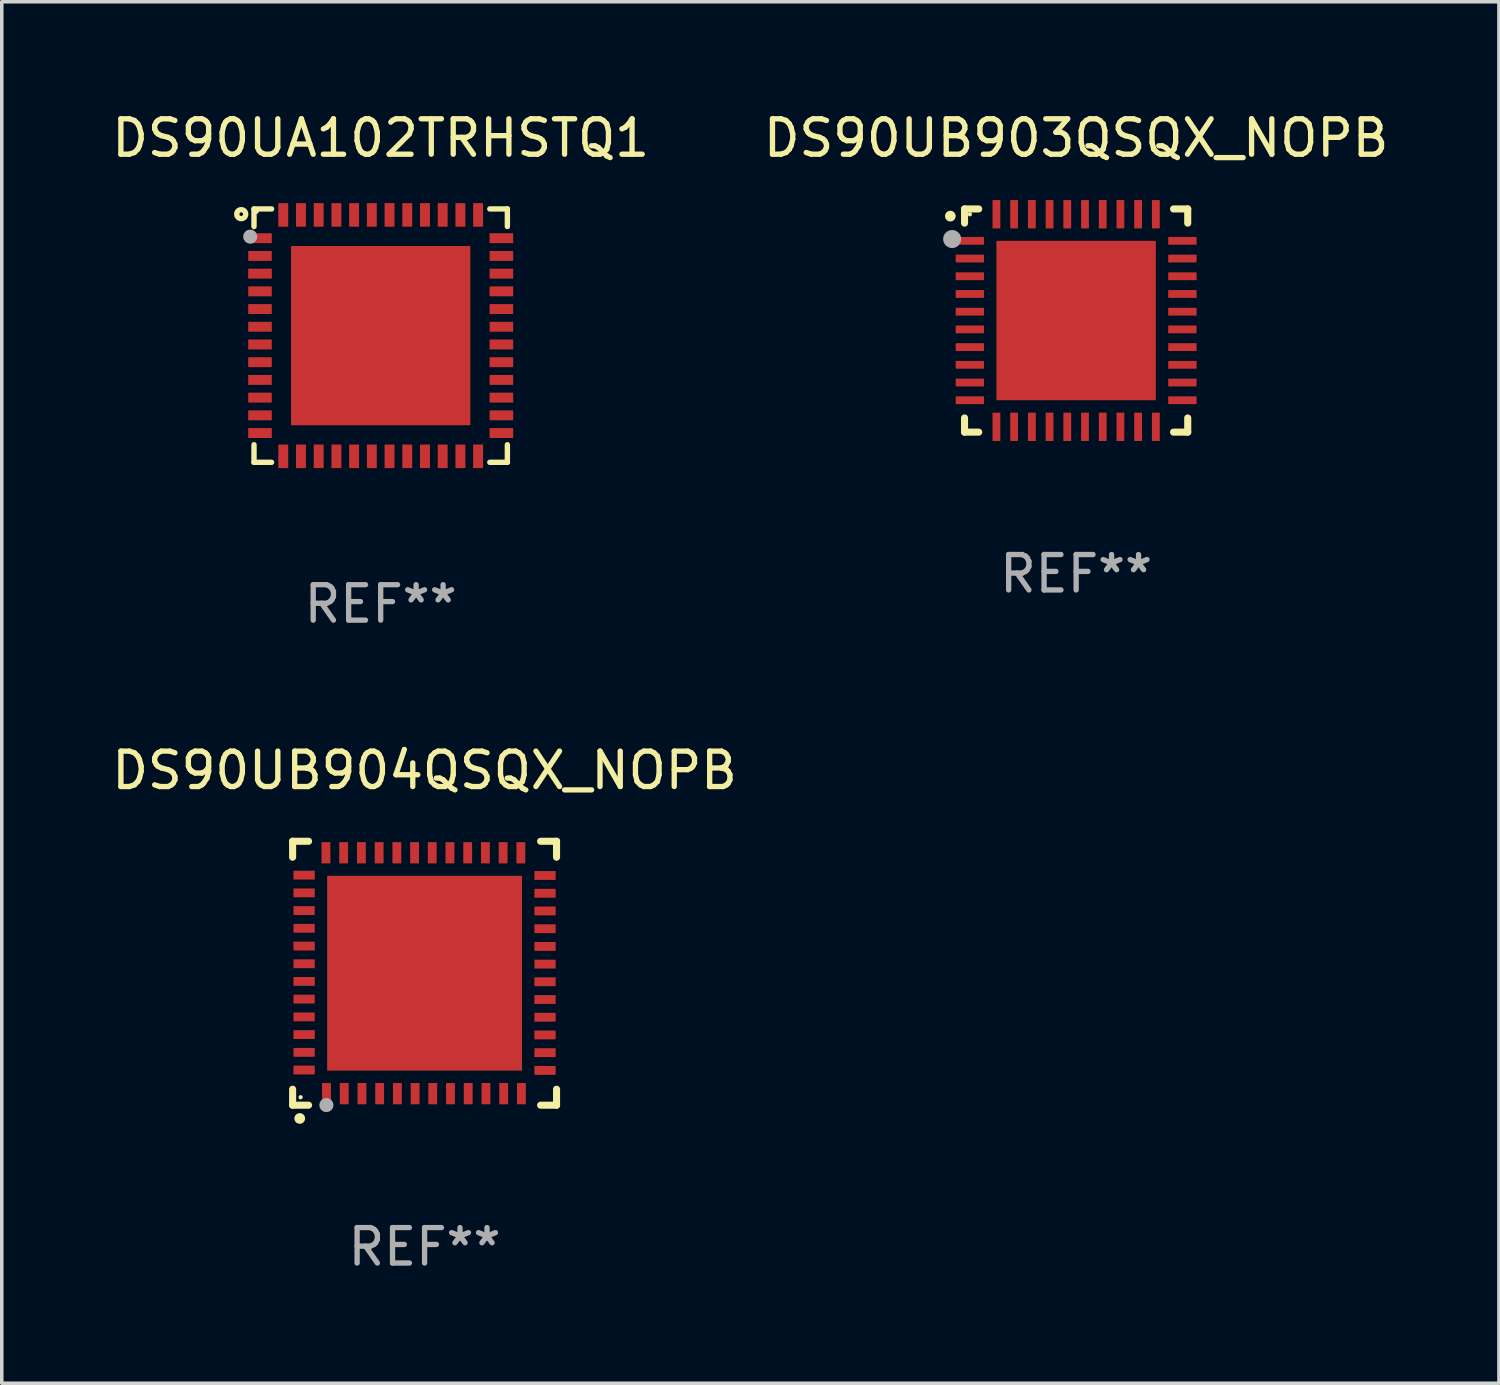
<source format=kicad_pcb>
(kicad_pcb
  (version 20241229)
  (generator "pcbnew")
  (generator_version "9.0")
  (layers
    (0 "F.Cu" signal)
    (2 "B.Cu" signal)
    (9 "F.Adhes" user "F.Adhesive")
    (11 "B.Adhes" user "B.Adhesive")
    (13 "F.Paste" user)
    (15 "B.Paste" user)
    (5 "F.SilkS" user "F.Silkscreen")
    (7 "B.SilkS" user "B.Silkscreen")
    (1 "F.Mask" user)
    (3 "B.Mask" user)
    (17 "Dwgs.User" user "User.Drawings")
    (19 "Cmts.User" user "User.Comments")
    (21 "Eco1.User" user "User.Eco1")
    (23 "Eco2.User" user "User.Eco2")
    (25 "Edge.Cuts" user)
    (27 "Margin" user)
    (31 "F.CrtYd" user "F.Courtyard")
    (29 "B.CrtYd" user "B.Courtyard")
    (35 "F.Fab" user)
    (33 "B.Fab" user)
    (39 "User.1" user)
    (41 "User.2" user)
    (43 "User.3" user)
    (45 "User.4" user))
  (footprint "DS90UB904QSQX_NOPB"
    (layer "F.Cu")
    (at 8.935 24.422)
    (property "Reference" "DS90UB904QSQX_NOPB" (at 0 -5.725 0) (layer "F.SilkS") (effects (font (size 1 1) (thickness 0.15))))
    (attr through_hole)
    (fp_line (start -3.725 -3.725) (end -3.275 -3.725) (stroke (width 0.2) (type solid)) (layer "F.SilkS"))
    (fp_line (start -3.725 -3.275) (end -3.725 -3.725) (stroke (width 0.2) (type solid)) (layer "F.SilkS"))
    (fp_line (start -3.725 3.725) (end -3.725 3.275) (stroke (width 0.2) (type solid)) (layer "F.SilkS"))
    (fp_line (start -3.275 3.725) (end -3.725 3.725) (stroke (width 0.2) (type solid)) (layer "F.SilkS"))
    (fp_line (start 3.275 3.725) (end 3.725 3.725) (stroke (width 0.2) (type solid)) (layer "F.SilkS"))
    (fp_line (start 3.725 -3.725) (end 3.275 -3.725) (stroke (width 0.2) (type solid)) (layer "F.SilkS"))
    (fp_line (start 3.725 -3.275) (end 3.725 -3.725) (stroke (width 0.2) (type solid)) (layer "F.SilkS"))
    (fp_line (start 3.725 3.725) (end 3.725 3.275) (stroke (width 0.2) (type solid)) (layer "F.SilkS"))
    (fp_arc (start -3.525527 4.099568) (mid -3.524257 4.099563) (end -3.522987 4.099568) (stroke (width 0.3) (type solid)) (layer "F.SilkS"))
    (fp_circle (center -3.5 3.501) (end -3.47 3.501) (stroke (width 0.06) (type solid)) (fill no) (layer "F.SilkS"))
    (fp_circle (center -2.772 3.722) (end -2.672 3.722) (stroke (width 0.2) (type solid)) (fill no) (layer "F.Fab"))
    (fp_text user "REF**" (at 0 7.725 0) (layer "F.Fab") (effects (font (size 1 1) (thickness 0.15))))
    (pad "1" smd rect (at -2.769 3.4 180) (size 0.25 0.6) (layers "F.Cu" "F.Mask" "F.Paste"))
    (pad "2" smd rect (at -2.268 3.4 180) (size 0.25 0.6) (layers "F.Cu" "F.Mask" "F.Paste"))
    (pad "3" smd rect (at -1.768 3.4 180) (size 0.25 0.6) (layers "F.Cu" "F.Mask" "F.Paste"))
    (pad "4" smd rect (at -1.268 3.4 180) (size 0.25 0.6) (layers "F.Cu" "F.Mask" "F.Paste"))
    (pad "5" smd rect (at -0.767 3.4 180) (size 0.25 0.6) (layers "F.Cu" "F.Mask" "F.Paste"))
    (pad "6" smd rect (at -0.267 3.4 180) (size 0.25 0.6) (layers "F.Cu" "F.Mask" "F.Paste"))
    (pad "7" smd rect (at 0.231 3.4 180) (size 0.25 0.6) (layers "F.Cu" "F.Mask" "F.Paste"))
    (pad "8" smd rect (at 0.731 3.4 180) (size 0.25 0.6) (layers "F.Cu" "F.Mask" "F.Paste"))
    (pad "9" smd rect (at 1.232 3.4 180) (size 0.25 0.6) (layers "F.Cu" "F.Mask" "F.Paste"))
    (pad "10" smd rect (at 1.732 3.4 180) (size 0.25 0.6) (layers "F.Cu" "F.Mask" "F.Paste"))
    (pad "11" smd rect (at 2.233 3.4 180) (size 0.25 0.6) (layers "F.Cu" "F.Mask" "F.Paste"))
    (pad "12" smd rect (at 2.733 3.4 180) (size 0.25 0.6) (layers "F.Cu" "F.Mask" "F.Paste"))
    (pad "13" smd rect (at 3.4 2.743 90) (size 0.25 0.6) (layers "F.Cu" "F.Mask" "F.Paste"))
    (pad "14" smd rect (at 3.4 2.243 90) (size 0.25 0.6) (layers "F.Cu" "F.Mask" "F.Paste"))
    (pad "15" smd rect (at 3.4 1.742 90) (size 0.25 0.6) (layers "F.Cu" "F.Mask" "F.Paste"))
    (pad "16" smd rect (at 3.4 1.242 90) (size 0.25 0.6) (layers "F.Cu" "F.Mask" "F.Paste"))
    (pad "17" smd rect (at 3.4 0.742 90) (size 0.25 0.6) (layers "F.Cu" "F.Mask" "F.Paste"))
    (pad "18" smd rect (at 3.4 0.241 90) (size 0.25 0.6) (layers "F.Cu" "F.Mask" "F.Paste"))
    (pad "19" smd rect (at 3.4 -0.257 90) (size 0.25 0.6) (layers "F.Cu" "F.Mask" "F.Paste"))
    (pad "20" smd rect (at 3.4 -0.757 90) (size 0.25 0.6) (layers "F.Cu" "F.Mask" "F.Paste"))
    (pad "21" smd rect (at 3.4 -1.257 90) (size 0.25 0.6) (layers "F.Cu" "F.Mask" "F.Paste"))
    (pad "22" smd rect (at 3.4 -1.758 90) (size 0.25 0.6) (layers "F.Cu" "F.Mask" "F.Paste"))
    (pad "23" smd rect (at 3.4 -2.258 90) (size 0.25 0.6) (layers "F.Cu" "F.Mask" "F.Paste"))
    (pad "24" smd rect (at 3.4 -2.759 90) (size 0.25 0.6) (layers "F.Cu" "F.Mask" "F.Paste"))
    (pad "25" smd rect (at 2.718 -3.4 180) (size 0.25 0.6) (layers "F.Cu" "F.Mask" "F.Paste"))
    (pad "26" smd rect (at 2.217 -3.4 180) (size 0.25 0.6) (layers "F.Cu" "F.Mask" "F.Paste"))
    (pad "27" smd rect (at 1.717 -3.4 180) (size 0.25 0.6) (layers "F.Cu" "F.Mask" "F.Paste"))
    (pad "28" smd rect (at 1.217 -3.4 180) (size 0.25 0.6) (layers "F.Cu" "F.Mask" "F.Paste"))
    (pad "29" smd rect (at 0.716 -3.4 180) (size 0.25 0.6) (layers "F.Cu" "F.Mask" "F.Paste"))
    (pad "30" smd rect (at 0.216 -3.4 180) (size 0.25 0.6) (layers "F.Cu" "F.Mask" "F.Paste"))
    (pad "31" smd rect (at -0.282 -3.4 180) (size 0.25 0.6) (layers "F.Cu" "F.Mask" "F.Paste"))
    (pad "32" smd rect (at -0.782 -3.4 180) (size 0.25 0.6) (layers "F.Cu" "F.Mask" "F.Paste"))
    (pad "33" smd rect (at -1.283 -3.4 180) (size 0.25 0.6) (layers "F.Cu" "F.Mask" "F.Paste"))
    (pad "34" smd rect (at -1.783 -3.4 180) (size 0.25 0.6) (layers "F.Cu" "F.Mask" "F.Paste"))
    (pad "35" smd rect (at -2.284 -3.4 180) (size 0.25 0.6) (layers "F.Cu" "F.Mask" "F.Paste"))
    (pad "36" smd rect (at -2.784 -3.4 180) (size 0.25 0.6) (layers "F.Cu" "F.Mask" "F.Paste"))
    (pad "37" smd rect (at -3.4 -2.769 90) (size 0.25 0.6) (layers "F.Cu" "F.Mask" "F.Paste"))
    (pad "38" smd rect (at -3.4 -2.268 90) (size 0.25 0.6) (layers "F.Cu" "F.Mask" "F.Paste"))
    (pad "39" smd rect (at -3.4 -1.768 90) (size 0.25 0.6) (layers "F.Cu" "F.Mask" "F.Paste"))
    (pad "40" smd rect (at -3.4 -1.268 90) (size 0.25 0.6) (layers "F.Cu" "F.Mask" "F.Paste"))
    (pad "41" smd rect (at -3.4 -0.767 90) (size 0.25 0.6) (layers "F.Cu" "F.Mask" "F.Paste"))
    (pad "42" smd rect (at -3.4 -0.267 90) (size 0.25 0.6) (layers "F.Cu" "F.Mask" "F.Paste"))
    (pad "43" smd rect (at -3.4 0.231 90) (size 0.25 0.6) (layers "F.Cu" "F.Mask" "F.Paste"))
    (pad "44" smd rect (at -3.4 0.731 90) (size 0.25 0.6) (layers "F.Cu" "F.Mask" "F.Paste"))
    (pad "45" smd rect (at -3.4 1.232 90) (size 0.25 0.6) (layers "F.Cu" "F.Mask" "F.Paste"))
    (pad "46" smd rect (at -3.4 1.732 90) (size 0.25 0.6) (layers "F.Cu" "F.Mask" "F.Paste"))
    (pad "47" smd rect (at -3.4 2.233 90) (size 0.25 0.6) (layers "F.Cu" "F.Mask" "F.Paste"))
    (pad "48" smd rect (at -3.4 2.733 90) (size 0.25 0.6) (layers "F.Cu" "F.Mask" "F.Paste"))
    (pad "49" smd rect (at -0.000076 -0.000076 90) (size 5.5 5.5) (layers "F.Cu" "F.Mask" "F.Paste")))
  (footprint "DS90UB903QSQX_NOPB"
    (layer "F.Cu")
    (at 27.327 5.998)
    (property "Reference" "DS90UB903QSQX_NOPB" (at 0 -5.15 0) (layer "F.SilkS") (effects (font (size 1 1) (thickness 0.15))))
    (attr through_hole)
    (fp_line (start -3.15 -3.15) (end -2.75 -3.15) (stroke (width 0.2) (type solid)) (layer "F.SilkS"))
    (fp_line (start -3.15 -2.75) (end -3.15 -3.15) (stroke (width 0.2) (type solid)) (layer "F.SilkS"))
    (fp_line (start -3.15 3.15) (end -3.15 2.75) (stroke (width 0.2) (type solid)) (layer "F.SilkS"))
    (fp_line (start -2.75 3.15) (end -3.15 3.15) (stroke (width 0.2) (type solid)) (layer "F.SilkS"))
    (fp_line (start 2.75 -3.15) (end 3.15 -3.15) (stroke (width 0.2) (type solid)) (layer "F.SilkS"))
    (fp_line (start 2.75 3.15) (end 3.15 3.15) (stroke (width 0.2) (type solid)) (layer "F.SilkS"))
    (fp_line (start 3.15 -3.15) (end 3.15 -2.75) (stroke (width 0.2) (type solid)) (layer "F.SilkS"))
    (fp_line (start 3.15 3.15) (end 3.15 2.75) (stroke (width 0.2) (type solid)) (layer "F.SilkS"))
    (fp_arc (start -3.550927 -2.946406) (mid -3.550932 -2.947676) (end -3.550927 -2.948946) (stroke (width 0.3) (type solid)) (layer "F.SilkS"))
    (fp_circle (center -3 -3) (end -2.97 -3) (stroke (width 0.06) (type solid)) (fill no) (layer "F.SilkS"))
    (fp_circle (center -3.5 -2.3) (end -3.373 -2.3) (stroke (width 0.254) (type solid)) (fill no) (layer "F.Fab"))
    (fp_text user "REF**" (at 0 7.15 0) (layer "F.Fab") (effects (font (size 1 1) (thickness 0.15))))
    (pad "1" smd rect (at -3 -2.25) (size 0.8 0.22) (layers "F.Cu" "F.Mask" "F.Paste"))
    (pad "2" smd rect (at -3 -1.75) (size 0.8 0.22) (layers "F.Cu" "F.Mask" "F.Paste"))
    (pad "3" smd rect (at -3 -1.25) (size 0.8 0.22) (layers "F.Cu" "F.Mask" "F.Paste"))
    (pad "4" smd rect (at -3 -0.75) (size 0.8 0.22) (layers "F.Cu" "F.Mask" "F.Paste"))
    (pad "5" smd rect (at -3 -0.25) (size 0.8 0.22) (layers "F.Cu" "F.Mask" "F.Paste"))
    (pad "6" smd rect (at -3 0.25) (size 0.8 0.22) (layers "F.Cu" "F.Mask" "F.Paste"))
    (pad "7" smd rect (at -3 0.75) (size 0.8 0.22) (layers "F.Cu" "F.Mask" "F.Paste"))
    (pad "8" smd rect (at -3 1.25) (size 0.8 0.22) (layers "F.Cu" "F.Mask" "F.Paste"))
    (pad "9" smd rect (at -3 1.75) (size 0.8 0.22) (layers "F.Cu" "F.Mask" "F.Paste"))
    (pad "10" smd rect (at -3 2.25) (size 0.8 0.22) (layers "F.Cu" "F.Mask" "F.Paste"))
    (pad "11" smd rect (at -2.25 3) (size 0.22 0.8) (layers "F.Cu" "F.Mask" "F.Paste"))
    (pad "12" smd rect (at -1.75 3) (size 0.22 0.8) (layers "F.Cu" "F.Mask" "F.Paste"))
    (pad "13" smd rect (at -1.25 3) (size 0.22 0.8) (layers "F.Cu" "F.Mask" "F.Paste"))
    (pad "14" smd rect (at -0.75 3) (size 0.22 0.8) (layers "F.Cu" "F.Mask" "F.Paste"))
    (pad "15" smd rect (at -0.25 3) (size 0.22 0.8) (layers "F.Cu" "F.Mask" "F.Paste"))
    (pad "16" smd rect (at 0.25 3) (size 0.22 0.8) (layers "F.Cu" "F.Mask" "F.Paste"))
    (pad "17" smd rect (at 0.75 3) (size 0.22 0.8) (layers "F.Cu" "F.Mask" "F.Paste"))
    (pad "18" smd rect (at 1.25 3) (size 0.22 0.8) (layers "F.Cu" "F.Mask" "F.Paste"))
    (pad "19" smd rect (at 1.75 3) (size 0.22 0.8) (layers "F.Cu" "F.Mask" "F.Paste"))
    (pad "20" smd rect (at 2.25 3) (size 0.22 0.8) (layers "F.Cu" "F.Mask" "F.Paste"))
    (pad "21" smd rect (at 3 2.25) (size 0.8 0.22) (layers "F.Cu" "F.Mask" "F.Paste"))
    (pad "22" smd rect (at 3 1.75) (size 0.8 0.22) (layers "F.Cu" "F.Mask" "F.Paste"))
    (pad "23" smd rect (at 3 1.25) (size 0.8 0.22) (layers "F.Cu" "F.Mask" "F.Paste"))
    (pad "24" smd rect (at 3 0.75) (size 0.8 0.22) (layers "F.Cu" "F.Mask" "F.Paste"))
    (pad "25" smd rect (at 3 0.25) (size 0.8 0.22) (layers "F.Cu" "F.Mask" "F.Paste"))
    (pad "26" smd rect (at 3 -0.25) (size 0.8 0.22) (layers "F.Cu" "F.Mask" "F.Paste"))
    (pad "27" smd rect (at 3 -0.75) (size 0.8 0.22) (layers "F.Cu" "F.Mask" "F.Paste"))
    (pad "28" smd rect (at 3 -1.25) (size 0.8 0.22) (layers "F.Cu" "F.Mask" "F.Paste"))
    (pad "29" smd rect (at 3 -1.75) (size 0.8 0.22) (layers "F.Cu" "F.Mask" "F.Paste"))
    (pad "30" smd rect (at 3 -2.25) (size 0.8 0.22) (layers "F.Cu" "F.Mask" "F.Paste"))
    (pad "31" smd rect (at 2.25 -3) (size 0.22 0.8) (layers "F.Cu" "F.Mask" "F.Paste"))
    (pad "32" smd rect (at 1.75 -3) (size 0.22 0.8) (layers "F.Cu" "F.Mask" "F.Paste"))
    (pad "33" smd rect (at 1.25 -3) (size 0.22 0.8) (layers "F.Cu" "F.Mask" "F.Paste"))
    (pad "34" smd rect (at 0.75 -3) (size 0.22 0.8) (layers "F.Cu" "F.Mask" "F.Paste"))
    (pad "35" smd rect (at 0.25 -3) (size 0.22 0.8) (layers "F.Cu" "F.Mask" "F.Paste"))
    (pad "36" smd rect (at -0.25 -3) (size 0.22 0.8) (layers "F.Cu" "F.Mask" "F.Paste"))
    (pad "37" smd rect (at -0.75 -3) (size 0.22 0.8) (layers "F.Cu" "F.Mask" "F.Paste"))
    (pad "38" smd rect (at -1.25 -3) (size 0.22 0.8) (layers "F.Cu" "F.Mask" "F.Paste"))
    (pad "39" smd rect (at -1.75 -3) (size 0.22 0.8) (layers "F.Cu" "F.Mask" "F.Paste"))
    (pad "40" smd rect (at -2.25 -3) (size 0.22 0.8) (layers "F.Cu" "F.Mask" "F.Paste"))
    (pad "41" smd rect (at -0.000102 0) (size 4.5 4.5) (layers "F.Cu" "F.Mask" "F.Paste")))
  (footprint "DS90UA102TRHSTQ1"
    (layer "F.Cu")
    (at 7.696 6.424)
    (property "Reference" "DS90UA102TRHSTQ1" (at 0 -5.576 0) (layer "F.SilkS") (effects (font (size 1 1) (thickness 0.15))))
    (attr through_hole)
    (fp_line (start -3.576 -3.576) (end -3.576 -3.08) (stroke (width 0.152) (type solid)) (layer "F.SilkS"))
    (fp_line (start -3.576 3.576) (end -3.576 3.08) (stroke (width 0.152) (type solid)) (layer "F.SilkS"))
    (fp_line (start -3.08 -3.576) (end -3.576 -3.576) (stroke (width 0.152) (type solid)) (layer "F.SilkS"))
    (fp_line (start -3.08 3.576) (end -3.576 3.576) (stroke (width 0.152) (type solid)) (layer "F.SilkS"))
    (fp_line (start 3.08 -3.576) (end 3.576 -3.576) (stroke (width 0.152) (type solid)) (layer "F.SilkS"))
    (fp_line (start 3.08 3.576) (end 3.576 3.576) (stroke (width 0.152) (type solid)) (layer "F.SilkS"))
    (fp_line (start 3.576 -3.576) (end 3.576 -3.08) (stroke (width 0.152) (type solid)) (layer "F.SilkS"))
    (fp_line (start 3.576 3.576) (end 3.576 3.08) (stroke (width 0.152) (type solid)) (layer "F.SilkS"))
    (fp_circle (center -3.937 -3.429) (end -3.81 -3.429) (stroke (width 0.15) (type solid)) (fill no) (layer "F.SilkS"))
    (fp_circle (center -3.5 -3.5) (end -3.47 -3.5) (stroke (width 0.06) (type solid)) (fill no) (layer "F.SilkS"))
    (fp_circle (center -3.683 -2.794) (end -3.583 -2.794) (stroke (width 0.2) (type solid)) (fill no) (layer "F.Fab"))
    (fp_text user "REF**" (at 0 7.576 0) (layer "F.Fab") (effects (font (size 1 1) (thickness 0.15))))
    (pad "1" smd rect (at -3.407 -2.75) (size 0.665 0.28) (layers "F.Cu" "F.Mask" "F.Paste"))
    (pad "2" smd rect (at -3.407 -2.25) (size 0.665 0.28) (layers "F.Cu" "F.Mask" "F.Paste"))
    (pad "3" smd rect (at -3.407 -1.75) (size 0.665 0.28) (layers "F.Cu" "F.Mask" "F.Paste"))
    (pad "4" smd rect (at -3.407 -1.25) (size 0.665 0.28) (layers "F.Cu" "F.Mask" "F.Paste"))
    (pad "5" smd rect (at -3.407 -0.75) (size 0.665 0.28) (layers "F.Cu" "F.Mask" "F.Paste"))
    (pad "6" smd rect (at -3.407 -0.25) (size 0.665 0.28) (layers "F.Cu" "F.Mask" "F.Paste"))
    (pad "7" smd rect (at -3.407 0.25) (size 0.665 0.28) (layers "F.Cu" "F.Mask" "F.Paste"))
    (pad "8" smd rect (at -3.407 0.75) (size 0.665 0.28) (layers "F.Cu" "F.Mask" "F.Paste"))
    (pad "9" smd rect (at -3.407 1.25) (size 0.665 0.28) (layers "F.Cu" "F.Mask" "F.Paste"))
    (pad "10" smd rect (at -3.407 1.75) (size 0.665 0.28) (layers "F.Cu" "F.Mask" "F.Paste"))
    (pad "11" smd rect (at -3.407 2.25) (size 0.665 0.28) (layers "F.Cu" "F.Mask" "F.Paste"))
    (pad "12" smd rect (at -3.407 2.75) (size 0.665 0.28) (layers "F.Cu" "F.Mask" "F.Paste"))
    (pad "13" smd rect (at -2.75 3.407) (size 0.28 0.665) (layers "F.Cu" "F.Mask" "F.Paste"))
    (pad "14" smd rect (at -2.25 3.407) (size 0.28 0.665) (layers "F.Cu" "F.Mask" "F.Paste"))
    (pad "15" smd rect (at -1.75 3.407) (size 0.28 0.665) (layers "F.Cu" "F.Mask" "F.Paste"))
    (pad "16" smd rect (at -1.25 3.407) (size 0.28 0.665) (layers "F.Cu" "F.Mask" "F.Paste"))
    (pad "17" smd rect (at -0.75 3.407) (size 0.28 0.665) (layers "F.Cu" "F.Mask" "F.Paste"))
    (pad "18" smd rect (at -0.25 3.407) (size 0.28 0.665) (layers "F.Cu" "F.Mask" "F.Paste"))
    (pad "19" smd rect (at 0.25 3.407) (size 0.28 0.665) (layers "F.Cu" "F.Mask" "F.Paste"))
    (pad "20" smd rect (at 0.75 3.407) (size 0.28 0.665) (layers "F.Cu" "F.Mask" "F.Paste"))
    (pad "21" smd rect (at 1.25 3.407) (size 0.28 0.665) (layers "F.Cu" "F.Mask" "F.Paste"))
    (pad "22" smd rect (at 1.75 3.407) (size 0.28 0.665) (layers "F.Cu" "F.Mask" "F.Paste"))
    (pad "23" smd rect (at 2.25 3.407) (size 0.28 0.665) (layers "F.Cu" "F.Mask" "F.Paste"))
    (pad "24" smd rect (at 2.75 3.407) (size 0.28 0.665) (layers "F.Cu" "F.Mask" "F.Paste"))
    (pad "25" smd rect (at 3.407 2.75) (size 0.665 0.28) (layers "F.Cu" "F.Mask" "F.Paste"))
    (pad "26" smd rect (at 3.407 2.25) (size 0.665 0.28) (layers "F.Cu" "F.Mask" "F.Paste"))
    (pad "27" smd rect (at 3.407 1.75) (size 0.665 0.28) (layers "F.Cu" "F.Mask" "F.Paste"))
    (pad "28" smd rect (at 3.407 1.25) (size 0.665 0.28) (layers "F.Cu" "F.Mask" "F.Paste"))
    (pad "29" smd rect (at 3.407 0.75) (size 0.665 0.28) (layers "F.Cu" "F.Mask" "F.Paste"))
    (pad "30" smd rect (at 3.407 0.25) (size 0.665 0.28) (layers "F.Cu" "F.Mask" "F.Paste"))
    (pad "31" smd rect (at 3.407 -0.25) (size 0.665 0.28) (layers "F.Cu" "F.Mask" "F.Paste"))
    (pad "32" smd rect (at 3.407 -0.75) (size 0.665 0.28) (layers "F.Cu" "F.Mask" "F.Paste"))
    (pad "33" smd rect (at 3.407 -1.25) (size 0.665 0.28) (layers "F.Cu" "F.Mask" "F.Paste"))
    (pad "34" smd rect (at 3.407 -1.75) (size 0.665 0.28) (layers "F.Cu" "F.Mask" "F.Paste"))
    (pad "35" smd rect (at 3.407 -2.25) (size 0.665 0.28) (layers "F.Cu" "F.Mask" "F.Paste"))
    (pad "36" smd rect (at 3.407 -2.75) (size 0.665 0.28) (layers "F.Cu" "F.Mask" "F.Paste"))
    (pad "37" smd rect (at 2.75 -3.407) (size 0.28 0.665) (layers "F.Cu" "F.Mask" "F.Paste"))
    (pad "38" smd rect (at 2.25 -3.407) (size 0.28 0.665) (layers "F.Cu" "F.Mask" "F.Paste"))
    (pad "39" smd rect (at 1.75 -3.407) (size 0.28 0.665) (layers "F.Cu" "F.Mask" "F.Paste"))
    (pad "40" smd rect (at 1.25 -3.407) (size 0.28 0.665) (layers "F.Cu" "F.Mask" "F.Paste"))
    (pad "41" smd rect (at 0.75 -3.407) (size 0.28 0.665) (layers "F.Cu" "F.Mask" "F.Paste"))
    (pad "42" smd rect (at 0.25 -3.407) (size 0.28 0.665) (layers "F.Cu" "F.Mask" "F.Paste"))
    (pad "43" smd rect (at -0.25 -3.407) (size 0.28 0.665) (layers "F.Cu" "F.Mask" "F.Paste"))
    (pad "44" smd rect (at -0.75 -3.407) (size 0.28 0.665) (layers "F.Cu" "F.Mask" "F.Paste"))
    (pad "45" smd rect (at -1.25 -3.407) (size 0.28 0.665) (layers "F.Cu" "F.Mask" "F.Paste"))
    (pad "46" smd rect (at -1.75 -3.407) (size 0.28 0.665) (layers "F.Cu" "F.Mask" "F.Paste"))
    (pad "47" smd rect (at -2.25 -3.407) (size 0.28 0.665) (layers "F.Cu" "F.Mask" "F.Paste"))
    (pad "48" smd rect (at -2.75 -3.407) (size 0.28 0.665) (layers "F.Cu" "F.Mask" "F.Paste"))
    (pad "49" smd rect (at 0 0) (size 5.06 5.06) (layers "F.Cu" "F.Mask" "F.Paste")))
  (gr_rect
    (start -3 -3)
    (end 39.262 35.995)
    (stroke (width 0.1) (type default))
    (fill no)
    (layer "Edge.Cuts")))
</source>
